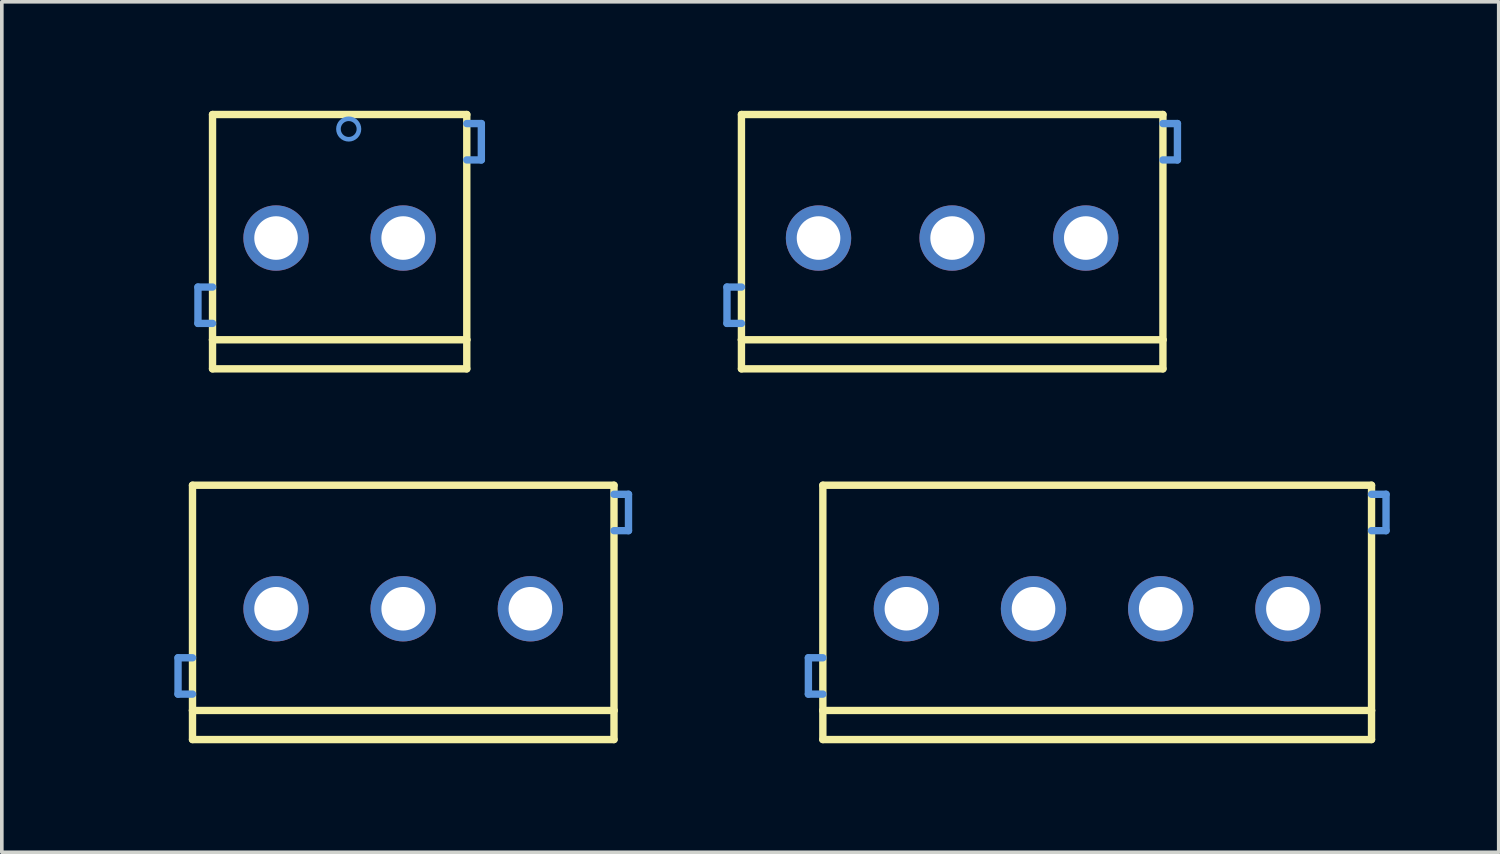
<source format=kicad_pcb>
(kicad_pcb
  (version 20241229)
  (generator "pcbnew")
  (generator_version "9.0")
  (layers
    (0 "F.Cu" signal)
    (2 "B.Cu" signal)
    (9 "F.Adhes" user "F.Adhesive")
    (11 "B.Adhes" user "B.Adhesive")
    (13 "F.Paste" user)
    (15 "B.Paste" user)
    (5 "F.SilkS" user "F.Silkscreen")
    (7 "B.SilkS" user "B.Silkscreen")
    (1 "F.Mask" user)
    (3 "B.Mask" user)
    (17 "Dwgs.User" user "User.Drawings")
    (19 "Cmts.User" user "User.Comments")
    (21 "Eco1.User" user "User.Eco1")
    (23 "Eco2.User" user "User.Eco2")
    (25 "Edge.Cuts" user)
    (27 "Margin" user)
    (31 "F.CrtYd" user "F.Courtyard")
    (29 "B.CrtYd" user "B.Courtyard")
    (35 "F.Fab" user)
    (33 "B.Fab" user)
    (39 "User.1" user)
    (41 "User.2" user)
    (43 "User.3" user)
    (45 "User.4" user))
  (footprint "SCREWTERMINAL-3.5MM-2"
    (layer "F.Cu")
    (at 4.546 3.5)
    (property "Reference" "SCREWTERMINAL-3.5MM-2" (at -0.457 -2.337 0) (layer "Eco1.User") (effects (font (size 0.406 0.406) (thickness 0.03))))
    (attr through_hole)
    (fp_line (start -1.748 -3.399) (end 5.248 -3.399) (stroke (width 0.203) (type solid)) (layer "F.SilkS"))
    (fp_line (start -1.748 2.799) (end -1.748 -3.399) (stroke (width 0.203) (type solid)) (layer "F.SilkS"))
    (fp_line (start -1.748 3.599) (end -1.748 2.799) (stroke (width 0.203) (type solid)) (layer "F.SilkS"))
    (fp_line (start 5.248 -3.399) (end 5.248 2.799) (stroke (width 0.203) (type solid)) (layer "F.SilkS"))
    (fp_line (start 5.248 2.799) (end -1.748 2.799) (stroke (width 0.203) (type solid)) (layer "F.SilkS"))
    (fp_line (start 5.248 2.799) (end 5.248 3.599) (stroke (width 0.203) (type solid)) (layer "F.SilkS"))
    (fp_line (start 5.248 3.599) (end -1.748 3.599) (stroke (width 0.203) (type solid)) (layer "F.SilkS"))
    (fp_line (start -2.149 1.349) (end -2.149 2.349) (stroke (width 0.203) (type solid)) (layer "Cmts.User"))
    (fp_line (start -2.149 2.349) (end -1.748 2.349) (stroke (width 0.203) (type solid)) (layer "Cmts.User"))
    (fp_line (start -1.748 1.349) (end -2.149 1.349) (stroke (width 0.203) (type solid)) (layer "Cmts.User"))
    (fp_line (start 5.248 -3.15) (end 5.649 -3.15) (stroke (width 0.203) (type solid)) (layer "Cmts.User"))
    (fp_line (start 5.649 -3.15) (end 5.649 -2.149) (stroke (width 0.203) (type solid)) (layer "Cmts.User"))
    (fp_line (start 5.649 -2.149) (end 5.248 -2.149) (stroke (width 0.203) (type solid)) (layer "Cmts.User"))
    (fp_circle (center 1.999 -3) (end 2.281 -3) (stroke (width 0.127) (type solid)) (fill no) (layer "Cmts.User"))
    (pad "1" thru_hole oval (at 0 0) (size 1.798 1.798) (drill 1.199) (layers "*.Cu" "*.Mask"))
    (pad "2" thru_hole oval (at 3.498 0) (size 1.798 1.798) (drill 1.199) (layers "*.Cu" "*.Mask")))
  (footprint "SCREWTERMINAL-3.5MM-4"
    (layer "F.Cu")
    (at 21.891 13.701)
    (property "Reference" "SCREWTERMINAL-3.5MM-4" (at -0.457 -2.337 0) (layer "Eco1.User") (effects (font (size 0.406 0.406) (thickness 0.03))))
    (attr through_hole)
    (fp_line (start -2.299 -3.399) (end 12.799 -3.399) (stroke (width 0.203) (type solid)) (layer "F.SilkS"))
    (fp_line (start -2.299 2.799) (end -2.299 -3.399) (stroke (width 0.203) (type solid)) (layer "F.SilkS"))
    (fp_line (start -2.299 3.599) (end -2.299 2.799) (stroke (width 0.203) (type solid)) (layer "F.SilkS"))
    (fp_line (start 12.799 -3.399) (end 12.799 2.799) (stroke (width 0.203) (type solid)) (layer "F.SilkS"))
    (fp_line (start 12.799 2.799) (end -2.299 2.799) (stroke (width 0.203) (type solid)) (layer "F.SilkS"))
    (fp_line (start 12.799 2.799) (end 12.799 3.599) (stroke (width 0.203) (type solid)) (layer "F.SilkS"))
    (fp_line (start 12.799 3.599) (end -2.299 3.599) (stroke (width 0.203) (type solid)) (layer "F.SilkS"))
    (fp_line (start -2.697 1.349) (end -2.697 2.349) (stroke (width 0.203) (type solid)) (layer "Cmts.User"))
    (fp_line (start -2.697 2.349) (end -2.299 2.349) (stroke (width 0.203) (type solid)) (layer "Cmts.User"))
    (fp_line (start -2.299 1.349) (end -2.697 1.349) (stroke (width 0.203) (type solid)) (layer "Cmts.User"))
    (fp_line (start 12.799 -3.15) (end 13.198 -3.15) (stroke (width 0.203) (type solid)) (layer "Cmts.User"))
    (fp_line (start 13.198 -3.15) (end 13.198 -2.149) (stroke (width 0.203) (type solid)) (layer "Cmts.User"))
    (fp_line (start 13.198 -2.149) (end 12.799 -2.149) (stroke (width 0.203) (type solid)) (layer "Cmts.User"))
    (pad "1" thru_hole oval (at 0 0) (size 1.798 1.798) (drill 1.199) (layers "*.Cu" "*.Mask"))
    (pad "2" thru_hole oval (at 3.498 0) (size 1.798 1.798) (drill 1.199) (layers "*.Cu" "*.Mask"))
    (pad "3" thru_hole oval (at 6.998 0) (size 1.798 1.798) (drill 1.199) (layers "*.Cu" "*.Mask"))
    (pad "4" thru_hole oval (at 10.498 0) (size 1.798 1.798) (drill 1.199) (layers "*.Cu" "*.Mask")))
  (footprint "SCREWTERMINAL-3.5MM-3"
    (layer "F.Cu")
    (at 4.546 13.701)
    (property "Reference" "SCREWTERMINAL-3.5MM-3" (at -0.457 -2.337 0) (layer "Eco1.User") (effects (font (size 0.406 0.406) (thickness 0.03))))
    (attr through_hole)
    (fp_line (start -2.299 -3.399) (end 9.299 -3.399) (stroke (width 0.203) (type solid)) (layer "F.SilkS"))
    (fp_line (start -2.299 2.799) (end -2.299 -3.399) (stroke (width 0.203) (type solid)) (layer "F.SilkS"))
    (fp_line (start -2.299 3.599) (end -2.299 2.799) (stroke (width 0.203) (type solid)) (layer "F.SilkS"))
    (fp_line (start 9.299 -3.399) (end 9.299 2.799) (stroke (width 0.203) (type solid)) (layer "F.SilkS"))
    (fp_line (start 9.299 2.799) (end -2.299 2.799) (stroke (width 0.203) (type solid)) (layer "F.SilkS"))
    (fp_line (start 9.299 2.799) (end 9.299 3.599) (stroke (width 0.203) (type solid)) (layer "F.SilkS"))
    (fp_line (start 9.299 3.599) (end -2.299 3.599) (stroke (width 0.203) (type solid)) (layer "F.SilkS"))
    (fp_line (start -2.697 1.349) (end -2.697 2.349) (stroke (width 0.203) (type solid)) (layer "Cmts.User"))
    (fp_line (start -2.697 2.349) (end -2.299 2.349) (stroke (width 0.203) (type solid)) (layer "Cmts.User"))
    (fp_line (start -2.299 1.349) (end -2.697 1.349) (stroke (width 0.203) (type solid)) (layer "Cmts.User"))
    (fp_line (start 9.299 -3.15) (end 9.698 -3.15) (stroke (width 0.203) (type solid)) (layer "Cmts.User"))
    (fp_line (start 9.698 -3.15) (end 9.698 -2.149) (stroke (width 0.203) (type solid)) (layer "Cmts.User"))
    (fp_line (start 9.698 -2.149) (end 9.299 -2.149) (stroke (width 0.203) (type solid)) (layer "Cmts.User"))
    (pad "1" thru_hole oval (at 0 0) (size 1.798 1.798) (drill 1.199) (layers "*.Cu" "*.Mask"))
    (pad "2" thru_hole oval (at 3.498 0) (size 1.798 1.798) (drill 1.199) (layers "*.Cu" "*.Mask"))
    (pad "3" thru_hole oval (at 6.998 0) (size 1.798 1.798) (drill 1.199) (layers "*.Cu" "*.Mask")))
  (footprint "SCREWTERMINAL-3.5MM-3_LOCK.007S"
    (layer "F.Cu")
    (at 19.651 3.5)
    (property "Reference" "SCREWTERMINAL-3.5MM-3_LOCK.007S" (at -0.457 -2.337 0) (layer "Eco1.User") (effects (font (size 0.406 0.406) (thickness 0.03))))
    (attr through_hole)
    (fp_line (start -2.299 -3.399) (end 9.299 -3.399) (stroke (width 0.203) (type solid)) (layer "F.SilkS"))
    (fp_line (start -2.299 2.799) (end -2.299 -3.399) (stroke (width 0.203) (type solid)) (layer "F.SilkS"))
    (fp_line (start -2.299 3.599) (end -2.299 2.799) (stroke (width 0.203) (type solid)) (layer "F.SilkS"))
    (fp_line (start 9.299 -3.399) (end 9.299 2.799) (stroke (width 0.203) (type solid)) (layer "F.SilkS"))
    (fp_line (start 9.299 2.799) (end -2.299 2.799) (stroke (width 0.203) (type solid)) (layer "F.SilkS"))
    (fp_line (start 9.299 2.799) (end 9.299 3.599) (stroke (width 0.203) (type solid)) (layer "F.SilkS"))
    (fp_line (start 9.299 3.599) (end -2.299 3.599) (stroke (width 0.203) (type solid)) (layer "F.SilkS"))
    (fp_line (start -2.697 1.349) (end -2.697 2.349) (stroke (width 0.203) (type solid)) (layer "Cmts.User"))
    (fp_line (start -2.697 2.349) (end -2.299 2.349) (stroke (width 0.203) (type solid)) (layer "Cmts.User"))
    (fp_line (start -2.299 1.349) (end -2.697 1.349) (stroke (width 0.203) (type solid)) (layer "Cmts.User"))
    (fp_line (start 9.299 -3.15) (end 9.698 -3.15) (stroke (width 0.203) (type solid)) (layer "Cmts.User"))
    (fp_line (start 9.698 -3.15) (end 9.698 -2.149) (stroke (width 0.203) (type solid)) (layer "Cmts.User"))
    (fp_line (start 9.698 -2.149) (end 9.299 -2.149) (stroke (width 0.203) (type solid)) (layer "Cmts.User"))
    (fp_circle (center 0 0) (end 0.424 0) (stroke (width 0) (type solid)) (fill yes) (layer "Cmts.User"))
    (fp_circle (center 3.498 0) (end 3.922 0) (stroke (width 0) (type solid)) (fill yes) (layer "Cmts.User"))
    (fp_circle (center 6.998 0) (end 7.422 0) (stroke (width 0) (type solid)) (fill yes) (layer "Cmts.User"))
    (pad "1" thru_hole oval (at -0.178 0) (size 1.798 1.798) (drill 1.199) (layers "*.Cu" "*.Mask"))
    (pad "2" thru_hole oval (at 3.498 0) (size 1.798 1.798) (drill 1.199) (layers "*.Cu" "*.Mask"))
    (pad "3" thru_hole oval (at 7.176 0) (size 1.798 1.798) (drill 1.199) (layers "*.Cu" "*.Mask")))
  (gr_rect
    (start -3 -3)
    (end 38.19 20.402)
    (stroke (width 0.1) (type default))
    (fill no)
    (layer "Edge.Cuts")))
</source>
